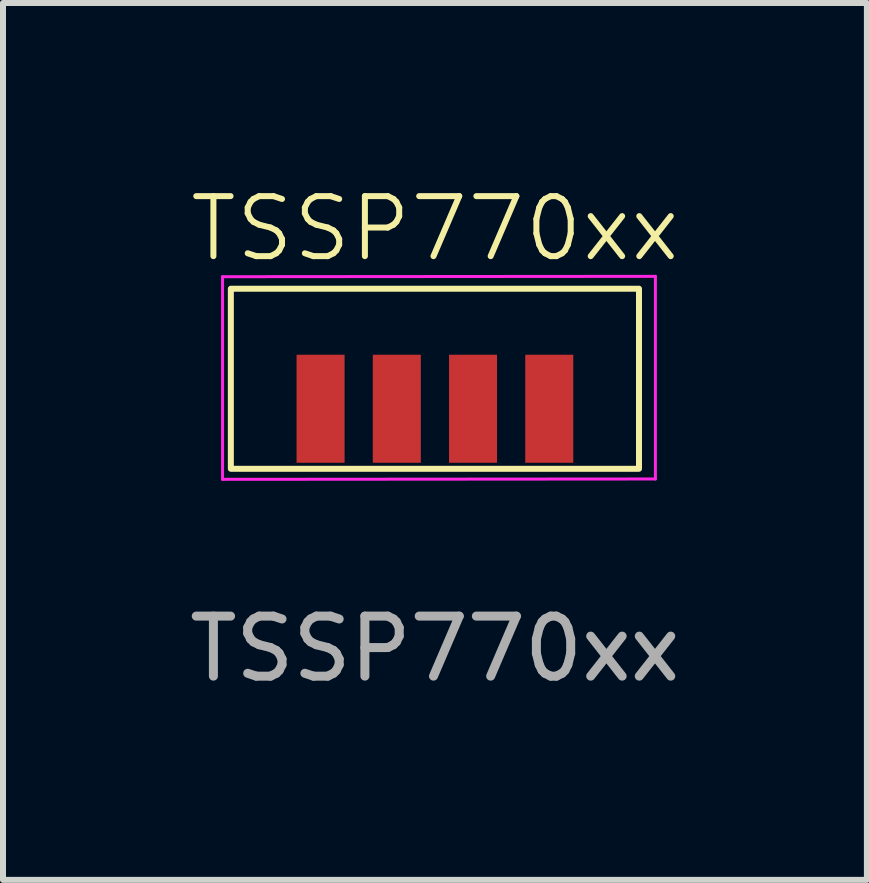
<source format=kicad_pcb>
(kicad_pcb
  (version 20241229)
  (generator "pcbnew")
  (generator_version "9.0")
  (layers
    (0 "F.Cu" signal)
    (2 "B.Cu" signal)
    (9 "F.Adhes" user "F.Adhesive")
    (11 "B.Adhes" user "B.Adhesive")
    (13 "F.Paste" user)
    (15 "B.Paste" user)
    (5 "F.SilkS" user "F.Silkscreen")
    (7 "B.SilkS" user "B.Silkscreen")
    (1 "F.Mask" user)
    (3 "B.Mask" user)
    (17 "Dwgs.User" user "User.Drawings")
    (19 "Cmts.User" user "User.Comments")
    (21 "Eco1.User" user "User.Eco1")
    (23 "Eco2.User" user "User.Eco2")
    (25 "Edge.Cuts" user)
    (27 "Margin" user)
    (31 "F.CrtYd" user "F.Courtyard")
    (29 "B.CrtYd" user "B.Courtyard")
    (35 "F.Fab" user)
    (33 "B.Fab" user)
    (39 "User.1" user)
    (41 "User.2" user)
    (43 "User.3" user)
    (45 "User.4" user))
  (footprint "TSSP770xx"
    (layer "F.Cu")
    (at 4.196 1.76)
    (property "Reference" "TSSP770xx" (at 0 -1 0) (unlocked yes) (layer "F.SilkS") (effects (font (size 1 1) (thickness 0.1))))
    (attr smd)
    (fp_rect (start -3.4 0) (end 3.4 3) (stroke (width 0.1) (type solid)) (fill no) (layer "F.SilkS"))
    (fp_line (start -3.538 3.176) (end 3.673 3.17) (stroke (width 0.05) (type default)) (layer "F.CrtYd"))
    (fp_line (start -3.538 -0.2) (end -3.538 3.176) (stroke (width 0.05) (type default)) (layer "F.CrtYd"))
    (fp_line (start -3.538 -0.2) (end 3.673 -0.206) (stroke (width 0.05) (type default)) (layer "F.CrtYd"))
    (fp_line (start 3.673 -0.206) (end 3.673 3.17) (stroke (width 0.05) (type default)) (layer "F.CrtYd"))
    (fp_text user "${REFERENCE}" (at 0 6 0) (unlocked yes) (layer "F.Fab") (effects (font (size 1 1) (thickness 0.15))))
    (pad "1" smd rect (at -1.905 2 90) (size 1.8 0.8) (layers "F.Cu" "F.Mask" "F.Paste"))
    (pad "2" smd rect (at -0.635 2 270) (size 1.8 0.8) (layers "F.Cu" "F.Mask" "F.Paste"))
    (pad "3" smd rect (at 0.635 2 90) (size 1.8 0.8) (layers "F.Cu" "F.Mask" "F.Paste"))
    (pad "4" smd rect (at 1.905 2 90) (size 1.8 0.8) (layers "F.Cu" "F.Mask" "F.Paste")))
  (gr_rect
    (start -3 -3)
    (end 11.393 11.609)
    (stroke (width 0.1) (type default))
    (fill no)
    (layer "Edge.Cuts")))
</source>
